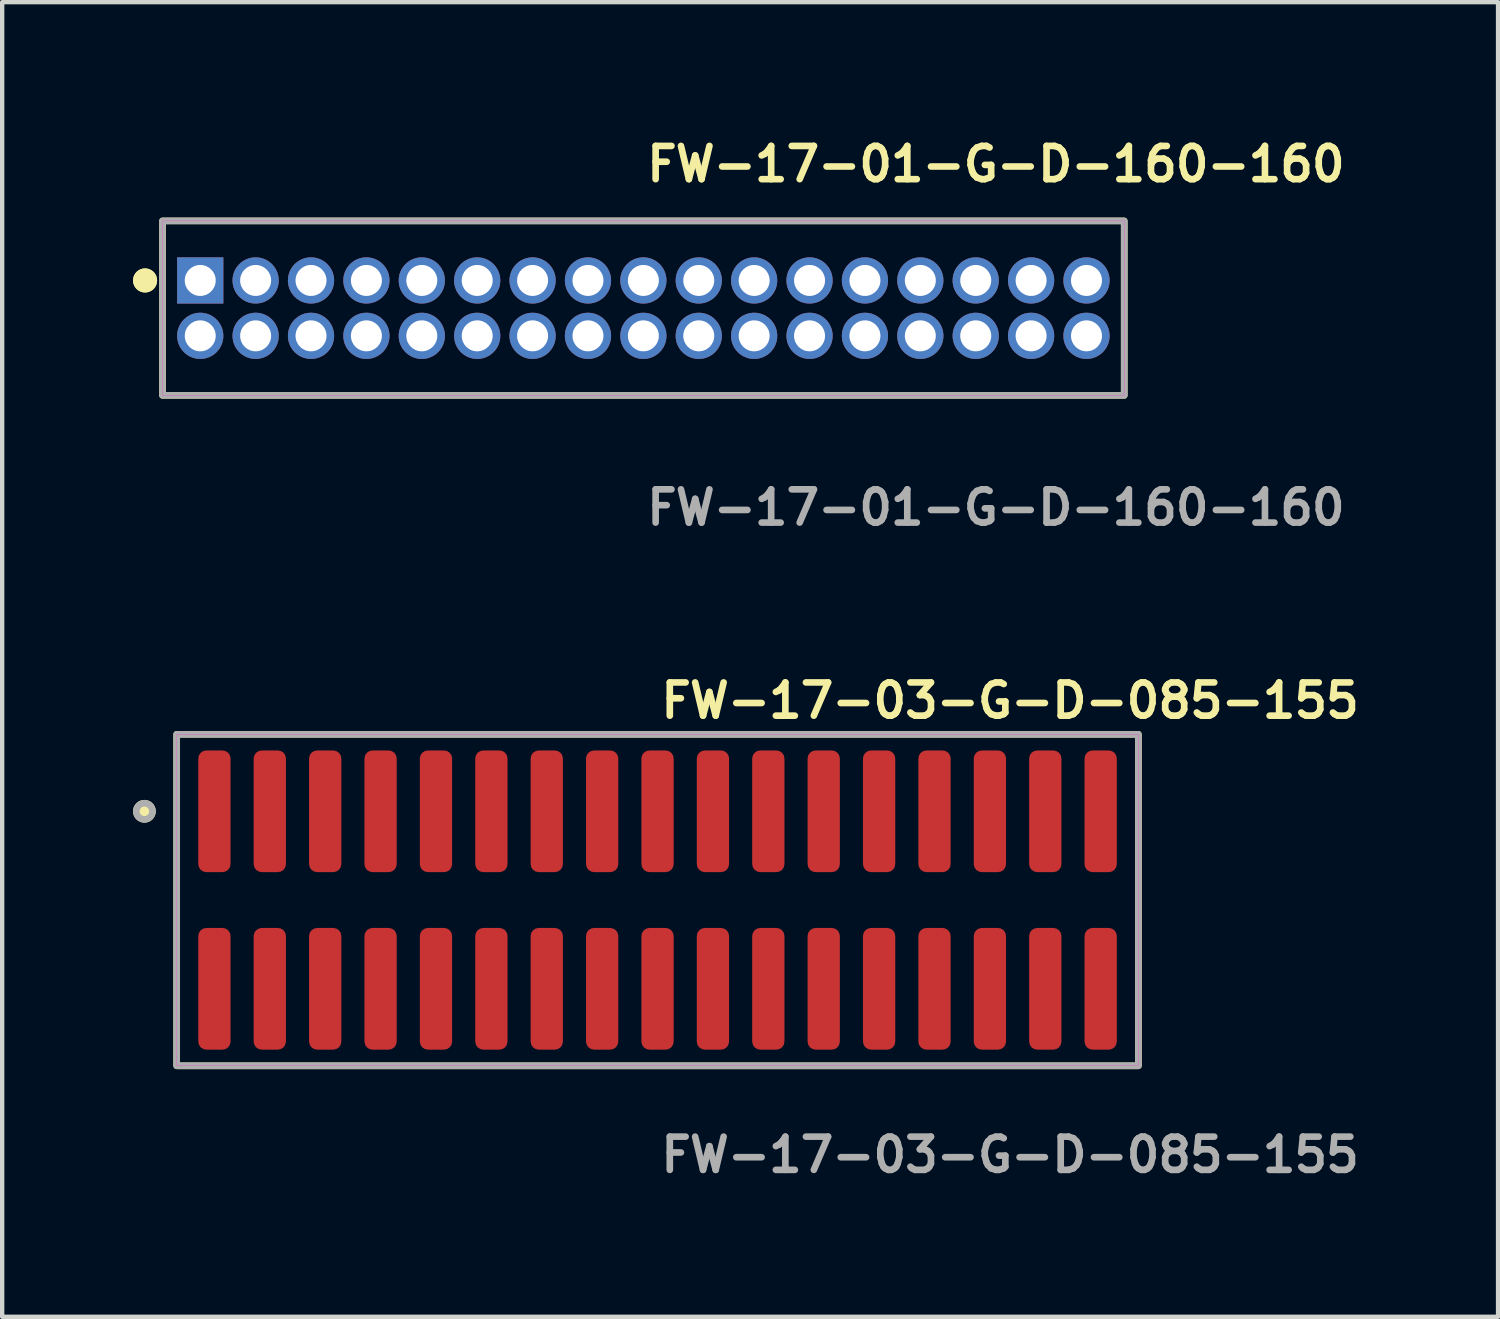
<source format=kicad_pcb>
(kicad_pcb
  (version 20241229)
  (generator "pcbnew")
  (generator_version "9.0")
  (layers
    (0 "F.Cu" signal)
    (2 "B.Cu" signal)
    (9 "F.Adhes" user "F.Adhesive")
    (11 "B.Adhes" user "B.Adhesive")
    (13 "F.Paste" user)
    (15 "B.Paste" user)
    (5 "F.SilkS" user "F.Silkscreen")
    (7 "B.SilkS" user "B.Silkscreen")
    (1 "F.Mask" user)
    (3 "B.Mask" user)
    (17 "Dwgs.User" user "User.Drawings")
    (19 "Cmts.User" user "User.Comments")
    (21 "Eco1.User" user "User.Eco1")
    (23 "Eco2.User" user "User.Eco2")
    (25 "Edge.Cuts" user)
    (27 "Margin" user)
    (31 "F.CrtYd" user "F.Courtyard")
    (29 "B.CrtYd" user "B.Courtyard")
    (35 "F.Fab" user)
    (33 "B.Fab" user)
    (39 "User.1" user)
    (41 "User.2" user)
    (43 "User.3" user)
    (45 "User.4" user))
  (footprint "FW-17-03-G-D-085-155"
    (layer "F.Cu")
    (at 12.026 17.586)
    (property "Reference" "FW-17-03-G-D-085-155" (at 0 -4.572 0) (unlocked yes) (layer "F.SilkS") (effects (font (size 0.762 0.762) (thickness 0.152)) (justify left)))
    (fp_rect (start -11.025 3.8) (end 11.025 -3.8) (stroke (width 0.152) (type solid)) (fill no) (layer "F.SilkS"))
    (fp_circle (center -11.765 -2.035) (end -11.95 -2.035) (stroke (width 0.152) (type solid)) (fill yes) (layer "F.SilkS"))
    (fp_rect (start -11.025 3.8) (end 11.025 -3.8) (stroke (width 0.006) (type solid)) (fill no) (layer "F.CrtYd"))
    (fp_rect (start -11.025 3.8) (end 11.025 -3.8) (stroke (width 0.152) (type solid)) (fill no) (layer "F.Fab"))
    (fp_circle (center -11.765 -2.035) (end -11.95 -2.035) (stroke (width 0.152) (type solid)) (fill no) (layer "F.Fab"))
    (fp_text user "${REFERENCE}" (at 0 5.842 0) (unlocked yes) (layer "F.Fab") (effects (font (size 0.762 0.762) (thickness 0.152)) (justify left)))
    (pad "1" smd roundrect (at -10.16 -2.035) (size 0.74 2.79) (layers "F.Cu" "F.Paste") (roundrect_rratio 0.25))
    (pad "2" smd roundrect (at -10.16 2.035) (size 0.74 2.79) (layers "F.Cu" "F.Paste") (roundrect_rratio 0.25))
    (pad "3" smd roundrect (at -8.89 -2.035) (size 0.74 2.79) (layers "F.Cu" "F.Paste") (roundrect_rratio 0.25))
    (pad "4" smd roundrect (at -8.89 2.035) (size 0.74 2.79) (layers "F.Cu" "F.Paste") (roundrect_rratio 0.25))
    (pad "5" smd roundrect (at -7.62 -2.035) (size 0.74 2.79) (layers "F.Cu" "F.Paste") (roundrect_rratio 0.25))
    (pad "6" smd roundrect (at -7.62 2.035) (size 0.74 2.79) (layers "F.Cu" "F.Paste") (roundrect_rratio 0.25))
    (pad "7" smd roundrect (at -6.35 -2.035) (size 0.74 2.79) (layers "F.Cu" "F.Paste") (roundrect_rratio 0.25))
    (pad "8" smd roundrect (at -6.35 2.035) (size 0.74 2.79) (layers "F.Cu" "F.Paste") (roundrect_rratio 0.25))
    (pad "9" smd roundrect (at -5.08 -2.035) (size 0.74 2.79) (layers "F.Cu" "F.Paste") (roundrect_rratio 0.25))
    (pad "10" smd roundrect (at -5.08 2.035) (size 0.74 2.79) (layers "F.Cu" "F.Paste") (roundrect_rratio 0.25))
    (pad "11" smd roundrect (at -3.81 -2.035) (size 0.74 2.79) (layers "F.Cu" "F.Paste") (roundrect_rratio 0.25))
    (pad "12" smd roundrect (at -3.81 2.035) (size 0.74 2.79) (layers "F.Cu" "F.Paste") (roundrect_rratio 0.25))
    (pad "13" smd roundrect (at -2.54 -2.035) (size 0.74 2.79) (layers "F.Cu" "F.Paste") (roundrect_rratio 0.25))
    (pad "14" smd roundrect (at -2.54 2.035) (size 0.74 2.79) (layers "F.Cu" "F.Paste") (roundrect_rratio 0.25))
    (pad "15" smd roundrect (at -1.27 -2.035) (size 0.74 2.79) (layers "F.Cu" "F.Paste") (roundrect_rratio 0.25))
    (pad "16" smd roundrect (at -1.27 2.035) (size 0.74 2.79) (layers "F.Cu" "F.Paste") (roundrect_rratio 0.25))
    (pad "17" smd roundrect (at 0 -2.035) (size 0.74 2.79) (layers "F.Cu" "F.Paste") (roundrect_rratio 0.25))
    (pad "18" smd roundrect (at 0 2.035) (size 0.74 2.79) (layers "F.Cu" "F.Paste") (roundrect_rratio 0.25))
    (pad "19" smd roundrect (at 1.27 -2.035) (size 0.74 2.79) (layers "F.Cu" "F.Paste") (roundrect_rratio 0.25))
    (pad "20" smd roundrect (at 1.27 2.035) (size 0.74 2.79) (layers "F.Cu" "F.Paste") (roundrect_rratio 0.25))
    (pad "21" smd roundrect (at 2.54 -2.035) (size 0.74 2.79) (layers "F.Cu" "F.Paste") (roundrect_rratio 0.25))
    (pad "22" smd roundrect (at 2.54 2.035) (size 0.74 2.79) (layers "F.Cu" "F.Paste") (roundrect_rratio 0.25))
    (pad "23" smd roundrect (at 3.81 -2.035) (size 0.74 2.79) (layers "F.Cu" "F.Paste") (roundrect_rratio 0.25))
    (pad "24" smd roundrect (at 3.81 2.035) (size 0.74 2.79) (layers "F.Cu" "F.Paste") (roundrect_rratio 0.25))
    (pad "25" smd roundrect (at 5.08 -2.035) (size 0.74 2.79) (layers "F.Cu" "F.Paste") (roundrect_rratio 0.25))
    (pad "26" smd roundrect (at 5.08 2.035) (size 0.74 2.79) (layers "F.Cu" "F.Paste") (roundrect_rratio 0.25))
    (pad "27" smd roundrect (at 6.35 -2.035) (size 0.74 2.79) (layers "F.Cu" "F.Paste") (roundrect_rratio 0.25))
    (pad "28" smd roundrect (at 6.35 2.035) (size 0.74 2.79) (layers "F.Cu" "F.Paste") (roundrect_rratio 0.25))
    (pad "29" smd roundrect (at 7.62 -2.035) (size 0.74 2.79) (layers "F.Cu" "F.Paste") (roundrect_rratio 0.25))
    (pad "30" smd roundrect (at 7.62 2.035) (size 0.74 2.79) (layers "F.Cu" "F.Paste") (roundrect_rratio 0.25))
    (pad "31" smd roundrect (at 8.89 -2.035) (size 0.74 2.79) (layers "F.Cu" "F.Paste") (roundrect_rratio 0.25))
    (pad "32" smd roundrect (at 8.89 2.035) (size 0.74 2.79) (layers "F.Cu" "F.Paste") (roundrect_rratio 0.25))
    (pad "33" smd roundrect (at 10.16 -2.035) (size 0.74 2.79) (layers "F.Cu" "F.Paste") (roundrect_rratio 0.25))
    (pad "34" smd roundrect (at 10.16 2.035) (size 0.74 2.79) (layers "F.Cu" "F.Paste") (roundrect_rratio 0.25)))
  (footprint "FW-17-01-G-D-160-160"
    (layer "F.Cu")
    (at 11.701 4.015)
    (property "Reference" "FW-17-01-G-D-160-160" (at 0 -3.302 0) (unlocked yes) (layer "F.SilkS") (effects (font (size 0.762 0.762) (thickness 0.152)) (justify left)))
    (fp_rect (start -11.025 2) (end 11.025 -2) (stroke (width 0.152) (type solid)) (fill no) (layer "F.SilkS"))
    (fp_circle (center -11.425 -0.635) (end -11.625 -0.635) (stroke (width 0.152) (type solid)) (fill yes) (layer "F.SilkS"))
    (fp_circle (center -11.425 -0.635) (end -11.625 -0.635) (stroke (width 0.152) (type solid)) (fill yes) (layer "F.SilkS"))
    (fp_rect (start -11.025 2) (end 11.025 -2) (stroke (width 0.006) (type solid)) (fill no) (layer "F.CrtYd"))
    (fp_rect (start -11.025 2) (end 11.025 -2) (stroke (width 0.152) (type solid)) (fill no) (layer "F.Fab"))
    (fp_text user "${REFERENCE}" (at 0 4.572 0) (unlocked yes) (layer "F.Fab") (effects (font (size 0.762 0.762) (thickness 0.152)) (justify left)))
    (pad "1" thru_hole rect (at -10.16 -0.635) (size 1.06 1.06) (drill 0.71) (layers "*.Cu" "*.Mask"))
    (pad "2" thru_hole circle (at -10.16 0.635) (size 1.06 1.06) (drill 0.71) (layers "*.Cu" "*.Mask"))
    (pad "3" thru_hole circle (at -8.89 -0.635) (size 1.06 1.06) (drill 0.71) (layers "*.Cu" "*.Mask"))
    (pad "4" thru_hole circle (at -8.89 0.635) (size 1.06 1.06) (drill 0.71) (layers "*.Cu" "*.Mask"))
    (pad "5" thru_hole circle (at -7.62 -0.635) (size 1.06 1.06) (drill 0.71) (layers "*.Cu" "*.Mask"))
    (pad "6" thru_hole circle (at -7.62 0.635) (size 1.06 1.06) (drill 0.71) (layers "*.Cu" "*.Mask"))
    (pad "7" thru_hole circle (at -6.35 -0.635) (size 1.06 1.06) (drill 0.71) (layers "*.Cu" "*.Mask"))
    (pad "8" thru_hole circle (at -6.35 0.635) (size 1.06 1.06) (drill 0.71) (layers "*.Cu" "*.Mask"))
    (pad "9" thru_hole circle (at -5.08 -0.635) (size 1.06 1.06) (drill 0.71) (layers "*.Cu" "*.Mask"))
    (pad "10" thru_hole circle (at -5.08 0.635) (size 1.06 1.06) (drill 0.71) (layers "*.Cu" "*.Mask"))
    (pad "11" thru_hole circle (at -3.81 -0.635) (size 1.06 1.06) (drill 0.71) (layers "*.Cu" "*.Mask"))
    (pad "12" thru_hole circle (at -3.81 0.635) (size 1.06 1.06) (drill 0.71) (layers "*.Cu" "*.Mask"))
    (pad "13" thru_hole circle (at -2.54 -0.635) (size 1.06 1.06) (drill 0.71) (layers "*.Cu" "*.Mask"))
    (pad "14" thru_hole circle (at -2.54 0.635) (size 1.06 1.06) (drill 0.71) (layers "*.Cu" "*.Mask"))
    (pad "15" thru_hole circle (at -1.27 -0.635) (size 1.06 1.06) (drill 0.71) (layers "*.Cu" "*.Mask"))
    (pad "16" thru_hole circle (at -1.27 0.635) (size 1.06 1.06) (drill 0.71) (layers "*.Cu" "*.Mask"))
    (pad "17" thru_hole circle (at 0 -0.635) (size 1.06 1.06) (drill 0.71) (layers "*.Cu" "*.Mask"))
    (pad "18" thru_hole circle (at 0 0.635) (size 1.06 1.06) (drill 0.71) (layers "*.Cu" "*.Mask"))
    (pad "19" thru_hole circle (at 1.27 -0.635) (size 1.06 1.06) (drill 0.71) (layers "*.Cu" "*.Mask"))
    (pad "20" thru_hole circle (at 1.27 0.635) (size 1.06 1.06) (drill 0.71) (layers "*.Cu" "*.Mask"))
    (pad "21" thru_hole circle (at 2.54 -0.635) (size 1.06 1.06) (drill 0.71) (layers "*.Cu" "*.Mask"))
    (pad "22" thru_hole circle (at 2.54 0.635) (size 1.06 1.06) (drill 0.71) (layers "*.Cu" "*.Mask"))
    (pad "23" thru_hole circle (at 3.81 -0.635) (size 1.06 1.06) (drill 0.71) (layers "*.Cu" "*.Mask"))
    (pad "24" thru_hole circle (at 3.81 0.635) (size 1.06 1.06) (drill 0.71) (layers "*.Cu" "*.Mask"))
    (pad "25" thru_hole circle (at 5.08 -0.635) (size 1.06 1.06) (drill 0.71) (layers "*.Cu" "*.Mask"))
    (pad "26" thru_hole circle (at 5.08 0.635) (size 1.06 1.06) (drill 0.71) (layers "*.Cu" "*.Mask"))
    (pad "27" thru_hole circle (at 6.35 -0.635) (size 1.06 1.06) (drill 0.71) (layers "*.Cu" "*.Mask"))
    (pad "28" thru_hole circle (at 6.35 0.635) (size 1.06 1.06) (drill 0.71) (layers "*.Cu" "*.Mask"))
    (pad "29" thru_hole circle (at 7.62 -0.635) (size 1.06 1.06) (drill 0.71) (layers "*.Cu" "*.Mask"))
    (pad "30" thru_hole circle (at 7.62 0.635) (size 1.06 1.06) (drill 0.71) (layers "*.Cu" "*.Mask"))
    (pad "31" thru_hole circle (at 8.89 -0.635) (size 1.06 1.06) (drill 0.71) (layers "*.Cu" "*.Mask"))
    (pad "32" thru_hole circle (at 8.89 0.635) (size 1.06 1.06) (drill 0.71) (layers "*.Cu" "*.Mask"))
    (pad "33" thru_hole circle (at 10.16 -0.635) (size 1.06 1.06) (drill 0.71) (layers "*.Cu" "*.Mask"))
    (pad "34" thru_hole circle (at 10.16 0.635) (size 1.06 1.06) (drill 0.71) (layers "*.Cu" "*.Mask")))
  (gr_rect
    (start -3 -3)
    (end 31.297 27.141)
    (stroke (width 0.1) (type default))
    (fill no)
    (layer "Edge.Cuts")))
</source>
